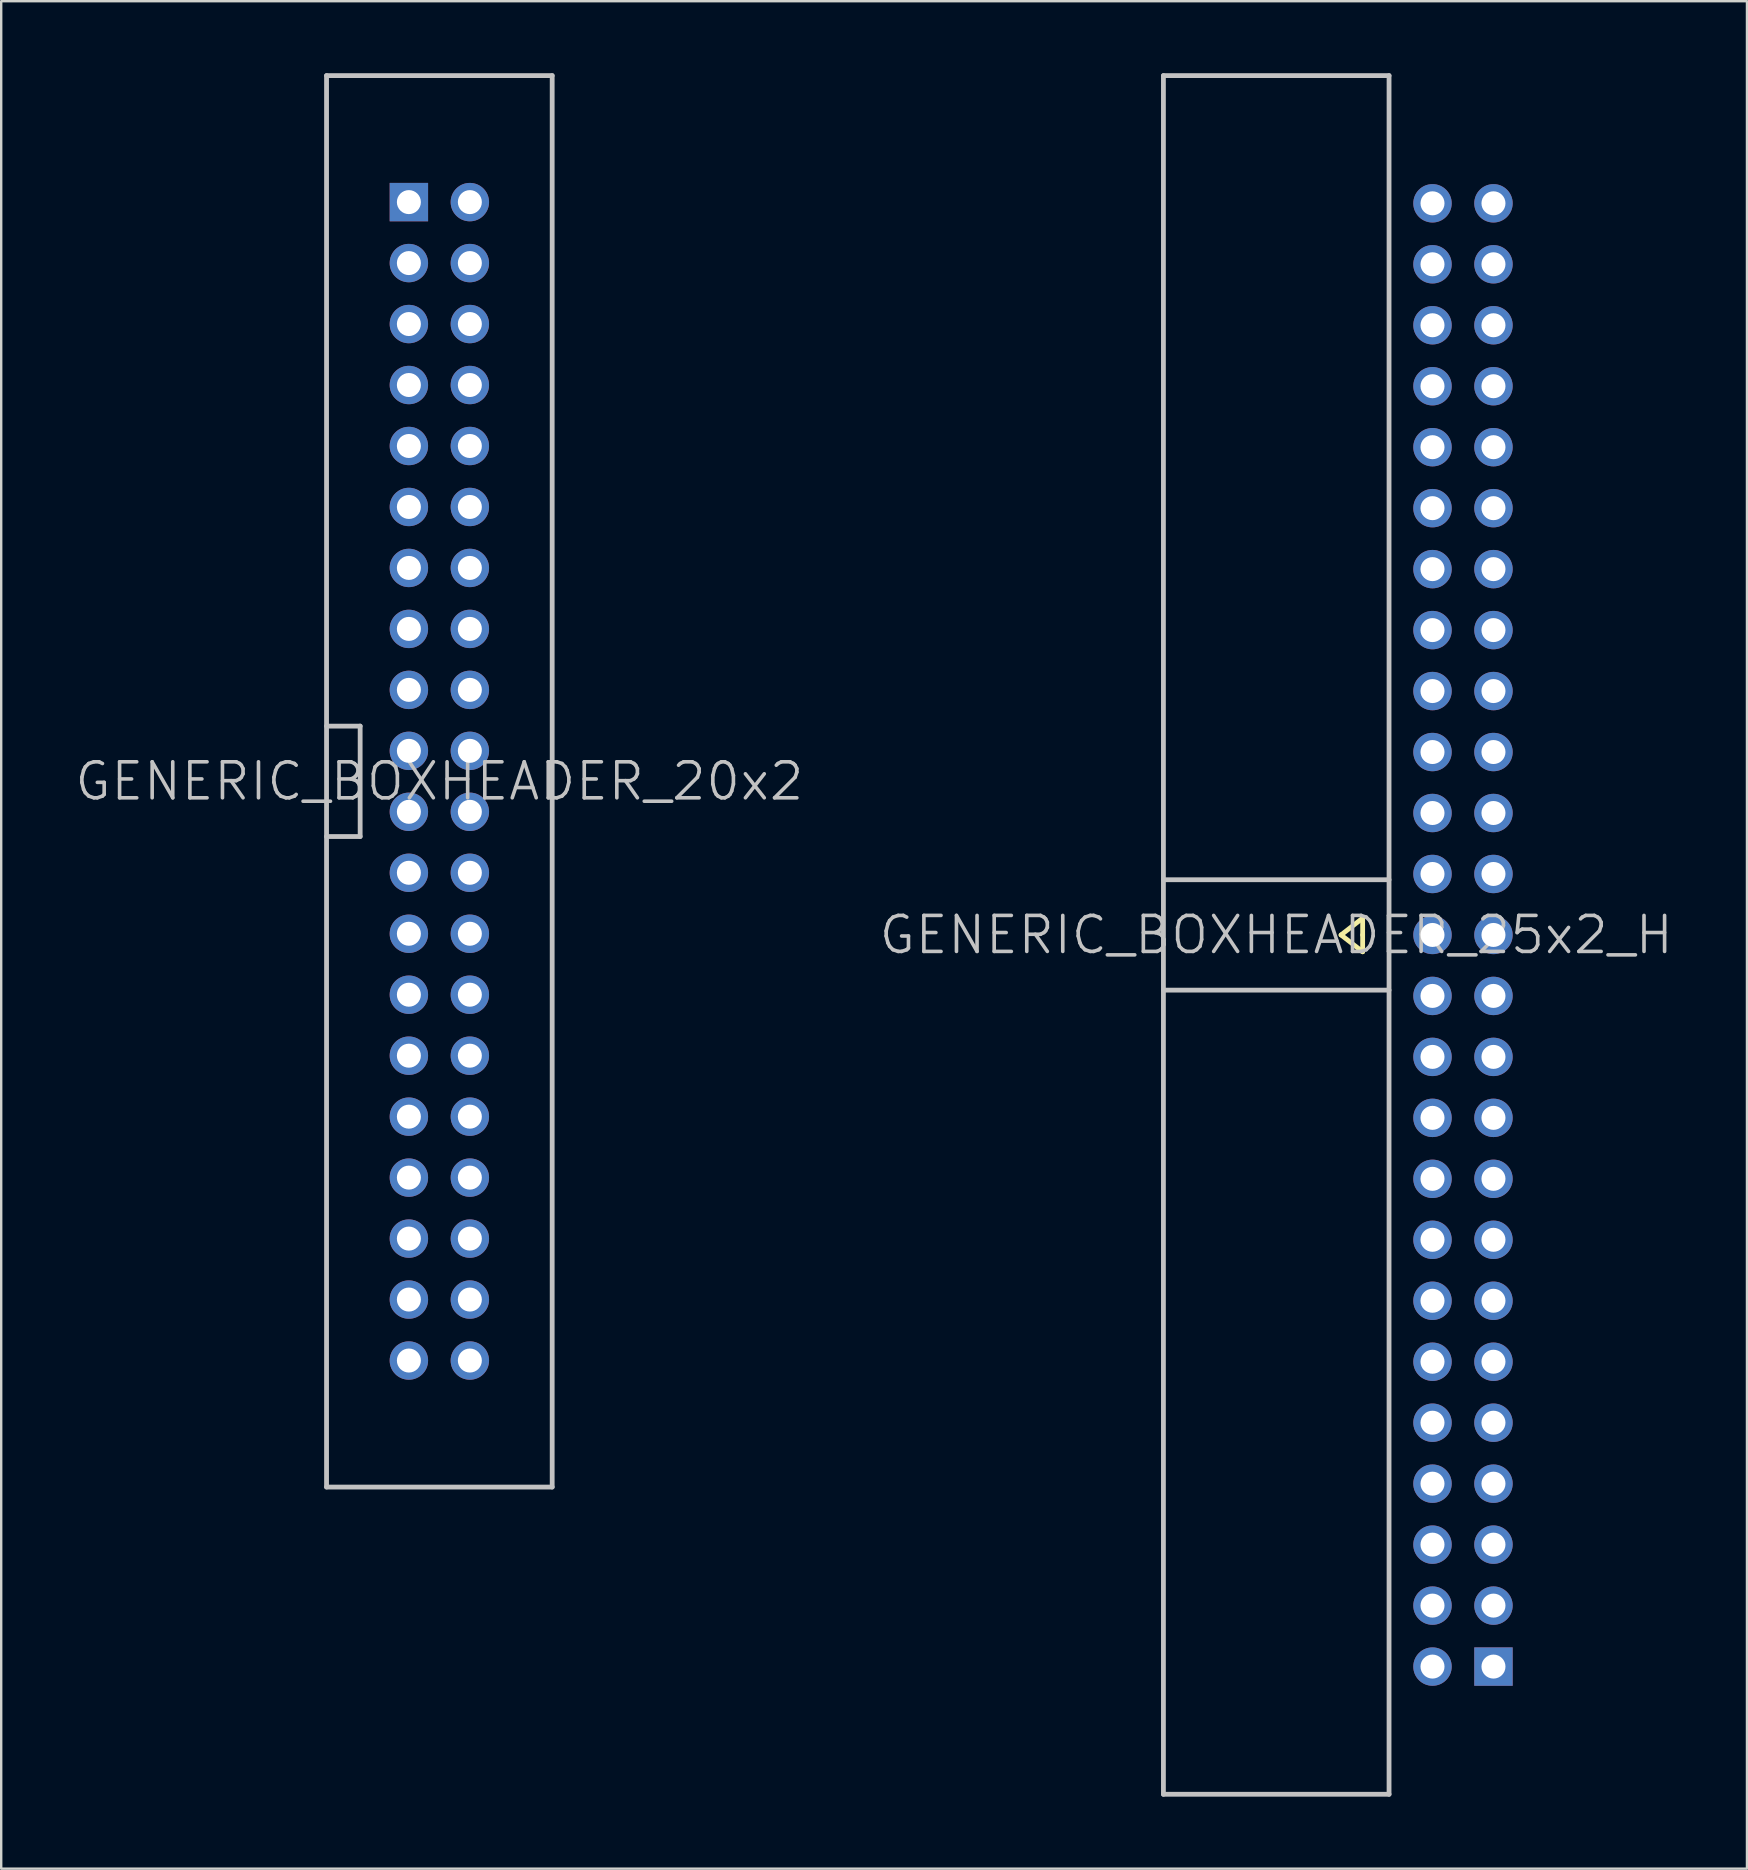
<source format=kicad_pcb>
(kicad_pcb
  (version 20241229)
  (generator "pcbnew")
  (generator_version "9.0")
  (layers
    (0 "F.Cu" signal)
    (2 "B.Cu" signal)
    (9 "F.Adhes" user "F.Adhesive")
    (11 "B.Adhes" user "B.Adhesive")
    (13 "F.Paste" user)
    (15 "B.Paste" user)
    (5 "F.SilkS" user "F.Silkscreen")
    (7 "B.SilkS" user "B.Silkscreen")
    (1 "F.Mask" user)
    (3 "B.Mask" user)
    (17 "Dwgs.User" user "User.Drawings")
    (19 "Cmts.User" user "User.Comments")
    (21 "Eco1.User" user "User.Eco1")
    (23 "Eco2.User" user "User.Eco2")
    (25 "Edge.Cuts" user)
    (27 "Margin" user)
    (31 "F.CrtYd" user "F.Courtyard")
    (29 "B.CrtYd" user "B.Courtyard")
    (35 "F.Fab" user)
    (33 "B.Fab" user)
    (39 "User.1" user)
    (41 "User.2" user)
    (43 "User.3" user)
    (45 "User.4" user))
  (footprint "GENERIC_BOXHEADER_20x2"
    (layer "F.Cu")
    (at 15.254 29.5)
    (property "Reference" "GENERIC_BOXHEADER_20x2" (at 0 0 180) (layer "Dwgs.User") (effects (font (size 1.5 1.5) (thickness 0.15))))
    (attr through_hole)
    (fp_line (start -4.7 -29.4) (end -4.7 29.4) (stroke (width 0.2) (type solid)) (layer "Dwgs.User"))
    (fp_line (start -4.7 2.3) (end -3.3 2.3) (stroke (width 0.2) (type solid)) (layer "Dwgs.User"))
    (fp_line (start -3.3 -2.3) (end -4.7 -2.3) (stroke (width 0.2) (type solid)) (layer "Dwgs.User"))
    (fp_line (start -3.3 2.3) (end -3.3 -2.3) (stroke (width 0.2) (type solid)) (layer "Dwgs.User"))
    (fp_line (start 4.7 -29.4) (end -4.7 -29.4) (stroke (width 0.2) (type solid)) (layer "Dwgs.User"))
    (fp_line (start 4.7 29.4) (end -4.7 29.4) (stroke (width 0.2) (type solid)) (layer "Dwgs.User"))
    (fp_line (start 4.7 29.4) (end 4.7 -29.4) (stroke (width 0.2) (type solid)) (layer "Dwgs.User"))
    (pad "1" thru_hole rect (at -1.27 -24.13) (size 1.6 1.6) (drill 1) (layers "*.Cu" "*.Mask"))
    (pad "2" thru_hole circle (at 1.27 -24.13 270) (size 1.6 1.6) (drill 1) (layers "*.Cu" "*.Mask"))
    (pad "3" thru_hole circle (at -1.27 -21.59 270) (size 1.6 1.6) (drill 1) (layers "*.Cu" "*.Mask"))
    (pad "4" thru_hole circle (at 1.27 -21.59 270) (size 1.6 1.6) (drill 1) (layers "*.Cu" "*.Mask"))
    (pad "5" thru_hole circle (at -1.27 -19.05 270) (size 1.6 1.6) (drill 1) (layers "*.Cu" "*.Mask"))
    (pad "6" thru_hole circle (at 1.27 -19.05 270) (size 1.6 1.6) (drill 1) (layers "*.Cu" "*.Mask"))
    (pad "7" thru_hole circle (at -1.27 -16.51 270) (size 1.6 1.6) (drill 1) (layers "*.Cu" "*.Mask"))
    (pad "8" thru_hole circle (at 1.27 -16.51 270) (size 1.6 1.6) (drill 1) (layers "*.Cu" "*.Mask"))
    (pad "9" thru_hole circle (at -1.27 -13.97 270) (size 1.6 1.6) (drill 1) (layers "*.Cu" "*.Mask"))
    (pad "10" thru_hole circle (at 1.27 -13.97 270) (size 1.6 1.6) (drill 1) (layers "*.Cu" "*.Mask"))
    (pad "11" thru_hole circle (at -1.27 -11.43 270) (size 1.6 1.6) (drill 1) (layers "*.Cu" "*.Mask"))
    (pad "12" thru_hole circle (at 1.27 -11.43 270) (size 1.6 1.6) (drill 1) (layers "*.Cu" "*.Mask"))
    (pad "13" thru_hole circle (at -1.27 -8.89 270) (size 1.6 1.6) (drill 1) (layers "*.Cu" "*.Mask"))
    (pad "14" thru_hole circle (at 1.27 -8.89 270) (size 1.6 1.6) (drill 1) (layers "*.Cu" "*.Mask"))
    (pad "15" thru_hole circle (at -1.27 -6.35 270) (size 1.6 1.6) (drill 1) (layers "*.Cu" "*.Mask"))
    (pad "16" thru_hole circle (at 1.27 -6.35 270) (size 1.6 1.6) (drill 1) (layers "*.Cu" "*.Mask"))
    (pad "17" thru_hole circle (at -1.27 -3.81 270) (size 1.6 1.6) (drill 1) (layers "*.Cu" "*.Mask"))
    (pad "18" thru_hole circle (at 1.27 -3.81 270) (size 1.6 1.6) (drill 1) (layers "*.Cu" "*.Mask"))
    (pad "19" thru_hole circle (at -1.27 -1.27 270) (size 1.6 1.6) (drill 1) (layers "*.Cu" "*.Mask"))
    (pad "20" thru_hole circle (at 1.27 -1.27 270) (size 1.6 1.6) (drill 1) (layers "*.Cu" "*.Mask"))
    (pad "21" thru_hole circle (at -1.27 1.27 270) (size 1.6 1.6) (drill 1) (layers "*.Cu" "*.Mask"))
    (pad "22" thru_hole circle (at 1.27 1.27 270) (size 1.6 1.6) (drill 1) (layers "*.Cu" "*.Mask"))
    (pad "23" thru_hole circle (at -1.27 3.81 270) (size 1.6 1.6) (drill 1) (layers "*.Cu" "*.Mask"))
    (pad "24" thru_hole circle (at 1.27 3.81 270) (size 1.6 1.6) (drill 1) (layers "*.Cu" "*.Mask"))
    (pad "25" thru_hole circle (at -1.27 6.35 270) (size 1.6 1.6) (drill 1) (layers "*.Cu" "*.Mask"))
    (pad "26" thru_hole circle (at 1.27 6.35 270) (size 1.6 1.6) (drill 1) (layers "*.Cu" "*.Mask"))
    (pad "27" thru_hole circle (at -1.27 8.89 270) (size 1.6 1.6) (drill 1) (layers "*.Cu" "*.Mask"))
    (pad "28" thru_hole circle (at 1.27 8.89 270) (size 1.6 1.6) (drill 1) (layers "*.Cu" "*.Mask"))
    (pad "29" thru_hole circle (at -1.27 11.43 270) (size 1.6 1.6) (drill 1) (layers "*.Cu" "*.Mask"))
    (pad "30" thru_hole circle (at 1.27 11.43 270) (size 1.6 1.6) (drill 1) (layers "*.Cu" "*.Mask"))
    (pad "31" thru_hole circle (at -1.27 13.97 270) (size 1.6 1.6) (drill 1) (layers "*.Cu" "*.Mask"))
    (pad "32" thru_hole circle (at 1.27 13.97 270) (size 1.6 1.6) (drill 1) (layers "*.Cu" "*.Mask"))
    (pad "33" thru_hole circle (at -1.27 16.51 270) (size 1.6 1.6) (drill 1) (layers "*.Cu" "*.Mask"))
    (pad "34" thru_hole circle (at 1.27 16.51 270) (size 1.6 1.6) (drill 1) (layers "*.Cu" "*.Mask"))
    (pad "35" thru_hole circle (at -1.27 19.05 270) (size 1.6 1.6) (drill 1) (layers "*.Cu" "*.Mask"))
    (pad "36" thru_hole circle (at 1.27 19.05 270) (size 1.6 1.6) (drill 1) (layers "*.Cu" "*.Mask"))
    (pad "37" thru_hole circle (at -1.27 21.59 270) (size 1.6 1.6) (drill 1) (layers "*.Cu" "*.Mask"))
    (pad "38" thru_hole circle (at 1.27 21.59 270) (size 1.6 1.6) (drill 1) (layers "*.Cu" "*.Mask"))
    (pad "39" thru_hole circle (at -1.27 24.13 270) (size 1.6 1.6) (drill 1) (layers "*.Cu" "*.Mask"))
    (pad "40" thru_hole circle (at 1.27 24.13 270) (size 1.6 1.6) (drill 1) (layers "*.Cu" "*.Mask")))
  (footprint "GENERIC_BOXHEADER_25x2_H"
    (layer "F.Cu")
    (at 52.818 35.9)
    (property "Reference" "GENERIC_BOXHEADER_25x2_H" (at -2.7 0 180) (layer "Dwgs.User") (effects (font (size 1.5 1.5) (thickness 0.15))))
    (attr through_hole)
    (fp_line (start 0 0) (end 0.9 0.7) (stroke (width 0.2) (type solid)) (layer "F.SilkS"))
    (fp_line (start 0.9 -0.7) (end 0 0) (stroke (width 0.2) (type solid)) (layer "F.SilkS"))
    (fp_line (start 0.9 0) (end 0.9 -0.7) (stroke (width 0.2) (type solid)) (layer "F.SilkS"))
    (fp_line (start 0.9 0.7) (end 0.9 0) (stroke (width 0.2) (type solid)) (layer "F.SilkS"))
    (fp_line (start -7.4 -35.8) (end -7.4 35.8) (stroke (width 0.2) (type solid)) (layer "Dwgs.User"))
    (fp_line (start -7.4 -35.8) (end 2 -35.8) (stroke (width 0.2) (type solid)) (layer "Dwgs.User"))
    (fp_line (start -7.4 -2.3) (end 2 -2.3) (stroke (width 0.2) (type solid)) (layer "Dwgs.User"))
    (fp_line (start -7.4 2.3) (end 2 2.3) (stroke (width 0.2) (type solid)) (layer "Dwgs.User"))
    (fp_line (start -7.4 35.8) (end 2 35.8) (stroke (width 0.2) (type solid)) (layer "Dwgs.User"))
    (fp_line (start 2 35.8) (end 2 -35.8) (stroke (width 0.2) (type solid)) (layer "Dwgs.User"))
    (pad "1" thru_hole rect (at 6.35 30.48) (size 1.6 1.6) (drill 1) (layers "*.Cu" "*.Mask"))
    (pad "2" thru_hole circle (at 3.81 30.48 90) (size 1.6 1.6) (drill 1) (layers "*.Cu" "*.Mask"))
    (pad "3" thru_hole circle (at 6.35 27.94 90) (size 1.6 1.6) (drill 1) (layers "*.Cu" "*.Mask"))
    (pad "4" thru_hole circle (at 3.81 27.94 90) (size 1.6 1.6) (drill 1) (layers "*.Cu" "*.Mask"))
    (pad "5" thru_hole circle (at 6.35 25.4 90) (size 1.6 1.6) (drill 1) (layers "*.Cu" "*.Mask"))
    (pad "6" thru_hole circle (at 3.81 25.4 90) (size 1.6 1.6) (drill 1) (layers "*.Cu" "*.Mask"))
    (pad "7" thru_hole circle (at 6.35 22.86 90) (size 1.6 1.6) (drill 1) (layers "*.Cu" "*.Mask"))
    (pad "8" thru_hole circle (at 3.81 22.86 90) (size 1.6 1.6) (drill 1) (layers "*.Cu" "*.Mask"))
    (pad "9" thru_hole circle (at 6.35 20.32 90) (size 1.6 1.6) (drill 1) (layers "*.Cu" "*.Mask"))
    (pad "10" thru_hole circle (at 3.81 20.32 90) (size 1.6 1.6) (drill 1) (layers "*.Cu" "*.Mask"))
    (pad "11" thru_hole circle (at 6.35 17.78 90) (size 1.6 1.6) (drill 1) (layers "*.Cu" "*.Mask"))
    (pad "12" thru_hole circle (at 3.81 17.78 90) (size 1.6 1.6) (drill 1) (layers "*.Cu" "*.Mask"))
    (pad "13" thru_hole circle (at 6.35 15.24 90) (size 1.6 1.6) (drill 1) (layers "*.Cu" "*.Mask"))
    (pad "14" thru_hole circle (at 3.81 15.24 90) (size 1.6 1.6) (drill 1) (layers "*.Cu" "*.Mask"))
    (pad "15" thru_hole circle (at 6.35 12.7 90) (size 1.6 1.6) (drill 1) (layers "*.Cu" "*.Mask"))
    (pad "16" thru_hole circle (at 3.81 12.7 90) (size 1.6 1.6) (drill 1) (layers "*.Cu" "*.Mask"))
    (pad "17" thru_hole circle (at 6.35 10.16 90) (size 1.6 1.6) (drill 1) (layers "*.Cu" "*.Mask"))
    (pad "18" thru_hole circle (at 3.81 10.16 90) (size 1.6 1.6) (drill 1) (layers "*.Cu" "*.Mask"))
    (pad "19" thru_hole circle (at 6.35 7.62 90) (size 1.6 1.6) (drill 1) (layers "*.Cu" "*.Mask"))
    (pad "20" thru_hole circle (at 3.81 7.62 90) (size 1.6 1.6) (drill 1) (layers "*.Cu" "*.Mask"))
    (pad "21" thru_hole circle (at 6.35 5.08 90) (size 1.6 1.6) (drill 1) (layers "*.Cu" "*.Mask"))
    (pad "22" thru_hole circle (at 3.81 5.08 90) (size 1.6 1.6) (drill 1) (layers "*.Cu" "*.Mask"))
    (pad "23" thru_hole circle (at 6.35 2.54 90) (size 1.6 1.6) (drill 1) (layers "*.Cu" "*.Mask"))
    (pad "24" thru_hole circle (at 3.81 2.54 90) (size 1.6 1.6) (drill 1) (layers "*.Cu" "*.Mask"))
    (pad "25" thru_hole circle (at 6.35 0 90) (size 1.6 1.6) (drill 1) (layers "*.Cu" "*.Mask"))
    (pad "26" thru_hole circle (at 3.81 0 90) (size 1.6 1.6) (drill 1) (layers "*.Cu" "*.Mask"))
    (pad "27" thru_hole circle (at 6.35 -2.54 90) (size 1.6 1.6) (drill 1) (layers "*.Cu" "*.Mask"))
    (pad "28" thru_hole circle (at 3.81 -2.54 90) (size 1.6 1.6) (drill 1) (layers "*.Cu" "*.Mask"))
    (pad "29" thru_hole circle (at 6.35 -5.08 90) (size 1.6 1.6) (drill 1) (layers "*.Cu" "*.Mask"))
    (pad "30" thru_hole circle (at 3.81 -5.08 90) (size 1.6 1.6) (drill 1) (layers "*.Cu" "*.Mask"))
    (pad "31" thru_hole circle (at 6.35 -7.62 90) (size 1.6 1.6) (drill 1) (layers "*.Cu" "*.Mask"))
    (pad "32" thru_hole circle (at 3.81 -7.62 90) (size 1.6 1.6) (drill 1) (layers "*.Cu" "*.Mask"))
    (pad "33" thru_hole circle (at 6.35 -10.16 90) (size 1.6 1.6) (drill 1) (layers "*.Cu" "*.Mask"))
    (pad "34" thru_hole circle (at 3.81 -10.16 90) (size 1.6 1.6) (drill 1) (layers "*.Cu" "*.Mask"))
    (pad "35" thru_hole circle (at 6.35 -12.7 90) (size 1.6 1.6) (drill 1) (layers "*.Cu" "*.Mask"))
    (pad "36" thru_hole circle (at 3.81 -12.7 90) (size 1.6 1.6) (drill 1) (layers "*.Cu" "*.Mask"))
    (pad "37" thru_hole circle (at 6.35 -15.24 90) (size 1.6 1.6) (drill 1) (layers "*.Cu" "*.Mask"))
    (pad "38" thru_hole circle (at 3.81 -15.24 90) (size 1.6 1.6) (drill 1) (layers "*.Cu" "*.Mask"))
    (pad "39" thru_hole circle (at 6.35 -17.78 90) (size 1.6 1.6) (drill 1) (layers "*.Cu" "*.Mask"))
    (pad "40" thru_hole circle (at 3.81 -17.78 90) (size 1.6 1.6) (drill 1) (layers "*.Cu" "*.Mask"))
    (pad "41" thru_hole circle (at 6.35 -20.32 90) (size 1.6 1.6) (drill 1) (layers "*.Cu" "*.Mask"))
    (pad "42" thru_hole circle (at 3.81 -20.32 90) (size 1.6 1.6) (drill 1) (layers "*.Cu" "*.Mask"))
    (pad "43" thru_hole circle (at 6.35 -22.86 90) (size 1.6 1.6) (drill 1) (layers "*.Cu" "*.Mask"))
    (pad "44" thru_hole circle (at 3.81 -22.86 90) (size 1.6 1.6) (drill 1) (layers "*.Cu" "*.Mask"))
    (pad "45" thru_hole circle (at 6.35 -25.4 90) (size 1.6 1.6) (drill 1) (layers "*.Cu" "*.Mask"))
    (pad "46" thru_hole circle (at 3.81 -25.4 90) (size 1.6 1.6) (drill 1) (layers "*.Cu" "*.Mask"))
    (pad "47" thru_hole circle (at 6.35 -27.94 90) (size 1.6 1.6) (drill 1) (layers "*.Cu" "*.Mask"))
    (pad "48" thru_hole circle (at 3.81 -27.94 90) (size 1.6 1.6) (drill 1) (layers "*.Cu" "*.Mask"))
    (pad "49" thru_hole circle (at 6.35 -30.48 90) (size 1.6 1.6) (drill 1) (layers "*.Cu" "*.Mask"))
    (pad "50" thru_hole circle (at 3.81 -30.48 90) (size 1.6 1.6) (drill 1) (layers "*.Cu" "*.Mask")))
  (gr_rect
    (start -3 -3)
    (end 69.729 74.8)
    (stroke (width 0.1) (type default))
    (fill no)
    (layer "Edge.Cuts")))
</source>
